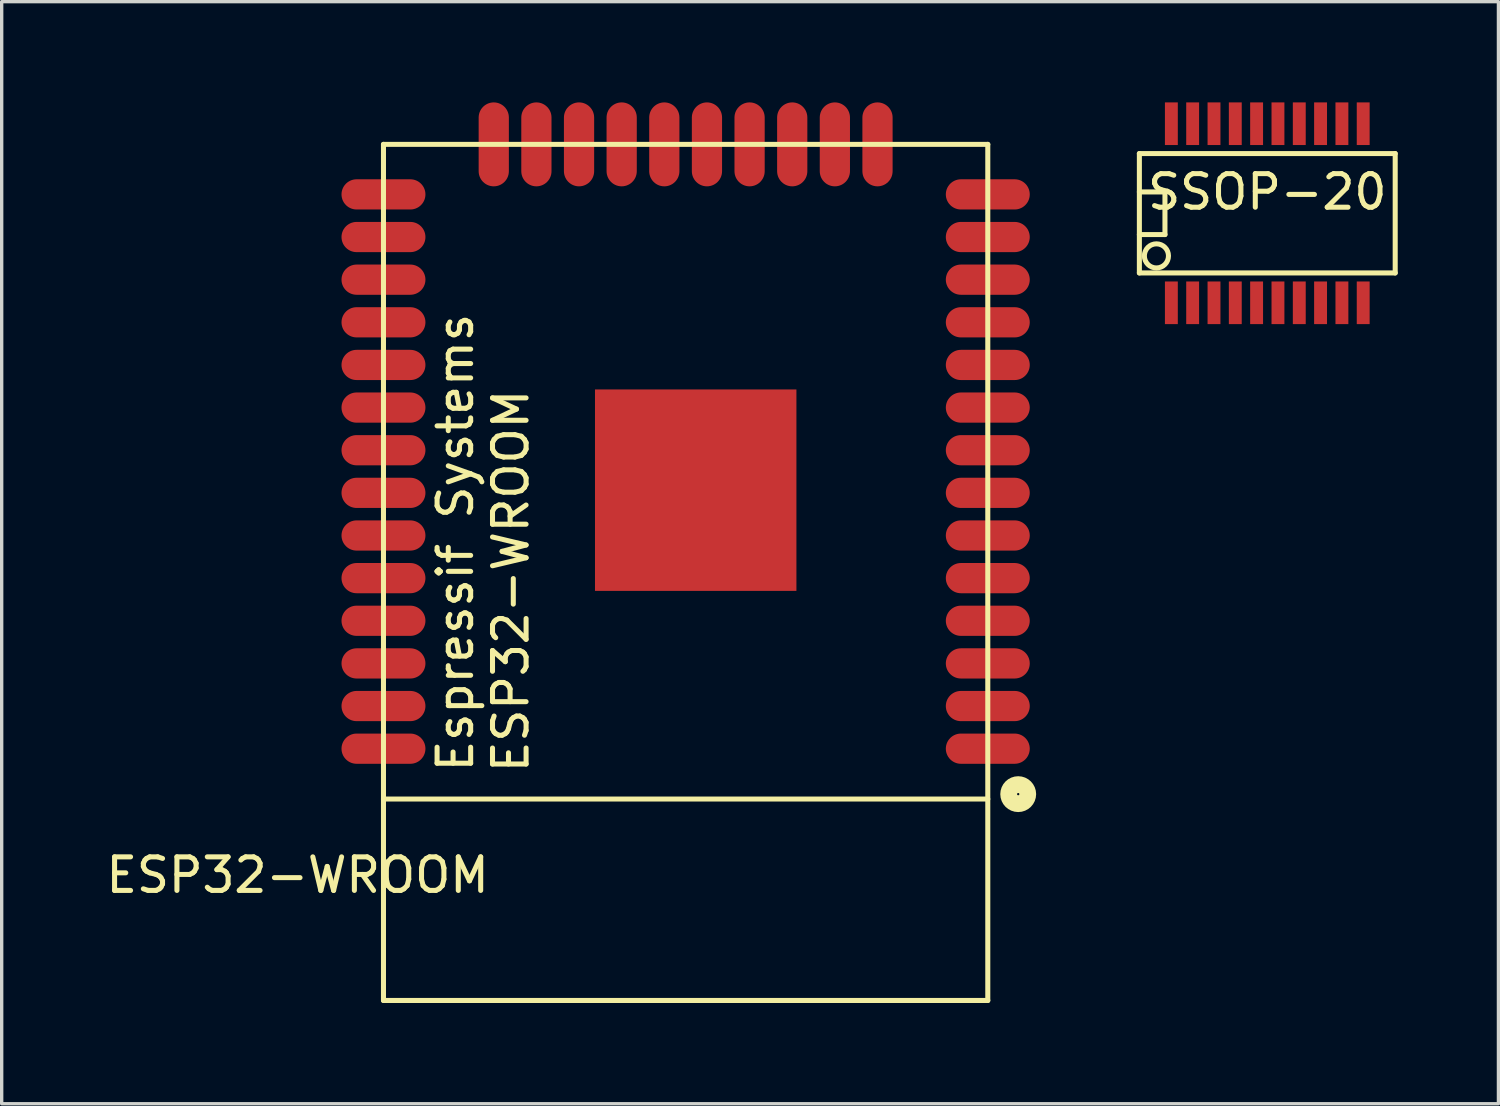
<source format=kicad_pcb>
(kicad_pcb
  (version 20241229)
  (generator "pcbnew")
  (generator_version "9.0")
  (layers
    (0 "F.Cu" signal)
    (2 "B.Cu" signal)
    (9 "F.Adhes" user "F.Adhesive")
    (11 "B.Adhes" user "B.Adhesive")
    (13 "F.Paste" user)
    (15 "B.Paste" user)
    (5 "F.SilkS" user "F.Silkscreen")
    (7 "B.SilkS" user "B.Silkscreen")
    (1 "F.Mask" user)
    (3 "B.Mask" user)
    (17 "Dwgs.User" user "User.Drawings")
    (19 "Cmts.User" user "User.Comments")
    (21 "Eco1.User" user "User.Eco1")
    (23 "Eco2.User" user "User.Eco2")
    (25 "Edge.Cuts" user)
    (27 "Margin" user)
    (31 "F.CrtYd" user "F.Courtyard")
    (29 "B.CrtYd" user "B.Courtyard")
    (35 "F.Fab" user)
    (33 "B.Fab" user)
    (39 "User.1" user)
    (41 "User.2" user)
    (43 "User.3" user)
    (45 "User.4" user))
  (footprint "SSOP-20"
    (layer "F.Cu")
    (at 34.697 3.302)
    (property "Reference" "SSOP-20" (at 0 -0.635 0) (layer "F.SilkS") (effects (font (size 1 1) (thickness 0.15))))
    (attr smd)
    (fp_line (start -3.81 -0.635) (end -3.048 -0.635) (stroke (width 0.15) (type solid)) (layer "F.SilkS"))
    (fp_line (start -3.81 1.778) (end -3.81 -1.778) (stroke (width 0.15) (type solid)) (layer "F.SilkS"))
    (fp_line (start -3.81 1.778) (end 3.81 1.778) (stroke (width 0.15) (type solid)) (layer "F.SilkS"))
    (fp_line (start -3.048 -0.635) (end -3.048 0.635) (stroke (width 0.15) (type solid)) (layer "F.SilkS"))
    (fp_line (start -3.048 0.635) (end -3.81 0.635) (stroke (width 0.15) (type solid)) (layer "F.SilkS"))
    (fp_line (start 3.81 -1.778) (end -3.81 -1.778) (stroke (width 0.15) (type solid)) (layer "F.SilkS"))
    (fp_line (start 3.81 -1.778) (end 3.81 1.778) (stroke (width 0.15) (type solid)) (layer "F.SilkS"))
    (fp_circle (center -3.302 1.27) (end -3.556 1.016) (stroke (width 0.15) (type solid)) (fill no) (layer "F.SilkS"))
    (pad "1" smd rect (at -2.857 2.667) (size 0.384 1.27) (layers "F.Cu" "F.Mask" "F.Paste"))
    (pad "2" smd rect (at -2.223 2.667) (size 0.384 1.27) (layers "F.Cu" "F.Mask" "F.Paste"))
    (pad "3" smd rect (at -1.587 2.667) (size 0.384 1.27) (layers "F.Cu" "F.Mask" "F.Paste"))
    (pad "4" smd rect (at -0.953 2.667) (size 0.384 1.27) (layers "F.Cu" "F.Mask" "F.Paste"))
    (pad "5" smd rect (at -0.318 2.667) (size 0.384 1.27) (layers "F.Cu" "F.Mask" "F.Paste"))
    (pad "6" smd rect (at 0.318 2.667) (size 0.384 1.27) (layers "F.Cu" "F.Mask" "F.Paste"))
    (pad "7" smd rect (at 0.953 2.667) (size 0.384 1.27) (layers "F.Cu" "F.Mask" "F.Paste"))
    (pad "8" smd rect (at 1.587 2.667) (size 0.384 1.27) (layers "F.Cu" "F.Mask" "F.Paste"))
    (pad "9" smd rect (at 2.223 2.667) (size 0.384 1.27) (layers "F.Cu" "F.Mask" "F.Paste"))
    (pad "10" smd rect (at 2.857 2.667) (size 0.384 1.27) (layers "F.Cu" "F.Mask" "F.Paste"))
    (pad "11" smd rect (at 2.857 -2.667) (size 0.384 1.27) (layers "F.Cu" "F.Mask" "F.Paste"))
    (pad "12" smd rect (at 2.223 -2.667) (size 0.384 1.27) (layers "F.Cu" "F.Mask" "F.Paste"))
    (pad "13" smd rect (at 1.587 -2.667) (size 0.384 1.27) (layers "F.Cu" "F.Mask" "F.Paste"))
    (pad "14" smd rect (at 0.953 -2.667) (size 0.384 1.27) (layers "F.Cu" "F.Mask" "F.Paste"))
    (pad "15" smd rect (at 0.318 -2.667) (size 0.384 1.27) (layers "F.Cu" "F.Mask" "F.Paste"))
    (pad "16" smd rect (at -0.318 -2.667) (size 0.384 1.27) (layers "F.Cu" "F.Mask" "F.Paste"))
    (pad "17" smd rect (at -0.953 -2.667) (size 0.384 1.27) (layers "F.Cu" "F.Mask" "F.Paste"))
    (pad "18" smd rect (at -1.587 -2.667) (size 0.384 1.27) (layers "F.Cu" "F.Mask" "F.Paste"))
    (pad "19" smd rect (at -2.223 -2.667) (size 0.384 1.27) (layers "F.Cu" "F.Mask" "F.Paste"))
    (pad "20" smd rect (at -2.857 -2.667) (size 0.384 1.27) (layers "F.Cu" "F.Mask" "F.Paste")))
  (footprint "ESP32-WROOM"
    (layer "F.Cu")
    (at 17.372 14)
    (property "Reference" "ESP32-WROOM" (at -11.557 9.017 0) (layer "F.SilkS") (effects (font (size 1 1) (thickness 0.15))))
    (attr through_hole)
    (fp_line (start -9 -12.75) (end 9 -12.75) (stroke (width 0.15) (type solid)) (layer "F.SilkS"))
    (fp_line (start -9 6.75) (end 9 6.75) (stroke (width 0.15) (type solid)) (layer "F.SilkS"))
    (fp_line (start -9 12.75) (end -9 -12.75) (stroke (width 0.15) (type solid)) (layer "F.SilkS"))
    (fp_line (start -9 12.75) (end 9 12.75) (stroke (width 0.15) (type solid)) (layer "F.SilkS"))
    (fp_line (start 9 12.75) (end 9 -12.75) (stroke (width 0.15) (type solid)) (layer "F.SilkS"))
    (fp_circle (center 9.906 6.604) (end 10.033 6.858) (stroke (width 0.5) (type solid)) (fill no) (layer "F.SilkS"))
    (fp_text user "ESP32-WROOM" (at -5.207 0.254 90) (layer "F.SilkS") (effects (font (size 1 1) (thickness 0.15))))
    (fp_text user "Espressif Systems" (at -6.858 -0.889 90) (layer "F.SilkS") (effects (font (size 1 1) (thickness 0.15))))
    (pad "1" smd oval (at 9 5.25) (size 2.5 0.9) (layers "F.Cu" "F.Mask" "F.Paste"))
    (pad "2" smd oval (at 9 3.98) (size 2.5 0.9) (layers "F.Cu" "F.Mask" "F.Paste"))
    (pad "3" smd oval (at 9 2.71) (size 2.5 0.9) (layers "F.Cu" "F.Mask" "F.Paste"))
    (pad "4" smd oval (at 9 1.44) (size 2.5 0.9) (layers "F.Cu" "F.Mask" "F.Paste"))
    (pad "5" smd oval (at 9 0.17) (size 2.5 0.9) (layers "F.Cu" "F.Mask" "F.Paste"))
    (pad "6" smd oval (at 9 -1.1) (size 2.5 0.9) (layers "F.Cu" "F.Mask" "F.Paste"))
    (pad "7" smd oval (at 9 -2.37) (size 2.5 0.9) (layers "F.Cu" "F.Mask" "F.Paste"))
    (pad "8" smd oval (at 9 -3.64) (size 2.5 0.9) (layers "F.Cu" "F.Mask" "F.Paste"))
    (pad "9" smd oval (at 9 -4.91) (size 2.5 0.9) (layers "F.Cu" "F.Mask" "F.Paste"))
    (pad "10" smd oval (at 9 -6.18) (size 2.5 0.9) (layers "F.Cu" "F.Mask" "F.Paste"))
    (pad "11" smd oval (at 9 -7.45) (size 2.5 0.9) (layers "F.Cu" "F.Mask" "F.Paste"))
    (pad "12" smd oval (at 9 -8.72) (size 2.5 0.9) (layers "F.Cu" "F.Mask" "F.Paste"))
    (pad "13" smd oval (at 9 -9.99) (size 2.5 0.9) (layers "F.Cu" "F.Mask" "F.Paste"))
    (pad "14" smd oval (at 9 -11.26) (size 2.5 0.9) (layers "F.Cu" "F.Mask" "F.Paste"))
    (pad "15" smd oval (at 5.715 -12.75) (size 0.9 2.5) (layers "F.Cu" "F.Mask" "F.Paste"))
    (pad "16" smd oval (at 4.445 -12.75) (size 0.9 2.5) (layers "F.Cu" "F.Mask" "F.Paste"))
    (pad "17" smd oval (at 3.175 -12.75) (size 0.9 2.5) (layers "F.Cu" "F.Mask" "F.Paste"))
    (pad "18" smd oval (at 1.905 -12.75) (size 0.9 2.5) (layers "F.Cu" "F.Mask" "F.Paste"))
    (pad "19" smd oval (at 0.635 -12.75) (size 0.9 2.5) (layers "F.Cu" "F.Mask" "F.Paste"))
    (pad "20" smd oval (at -0.635 -12.75) (size 0.9 2.5) (layers "F.Cu" "F.Mask" "F.Paste"))
    (pad "21" smd oval (at -1.905 -12.75) (size 0.9 2.5) (layers "F.Cu" "F.Mask" "F.Paste"))
    (pad "22" smd oval (at -3.175 -12.75) (size 0.9 2.5) (layers "F.Cu" "F.Mask" "F.Paste"))
    (pad "23" smd oval (at -4.445 -12.75) (size 0.9 2.5) (layers "F.Cu" "F.Mask" "F.Paste"))
    (pad "24" smd oval (at -5.715 -12.75) (size 0.9 2.5) (layers "F.Cu" "F.Mask" "F.Paste"))
    (pad "25" smd oval (at -9 -11.26) (size 2.5 0.9) (layers "F.Cu" "F.Mask" "F.Paste"))
    (pad "26" smd oval (at -9 -9.99) (size 2.5 0.9) (layers "F.Cu" "F.Mask" "F.Paste"))
    (pad "27" smd oval (at -9 -8.72) (size 2.5 0.9) (layers "F.Cu" "F.Mask" "F.Paste"))
    (pad "28" smd oval (at -9 -7.45) (size 2.5 0.9) (layers "F.Cu" "F.Mask" "F.Paste"))
    (pad "29" smd oval (at -9 -6.18) (size 2.5 0.9) (layers "F.Cu" "F.Mask" "F.Paste"))
    (pad "30" smd oval (at -9 -4.91) (size 2.5 0.9) (layers "F.Cu" "F.Mask" "F.Paste"))
    (pad "31" smd oval (at -9 -3.64) (size 2.5 0.9) (layers "F.Cu" "F.Mask" "F.Paste"))
    (pad "32" smd oval (at -9 -2.37) (size 2.5 0.9) (layers "F.Cu" "F.Mask" "F.Paste"))
    (pad "33" smd oval (at -9 -1.1) (size 2.5 0.9) (layers "F.Cu" "F.Mask" "F.Paste"))
    (pad "34" smd oval (at -9 0.17) (size 2.5 0.9) (layers "F.Cu" "F.Mask" "F.Paste"))
    (pad "35" smd oval (at -9 1.44) (size 2.5 0.9) (layers "F.Cu" "F.Mask" "F.Paste"))
    (pad "36" smd oval (at -9 2.71) (size 2.5 0.9) (layers "F.Cu" "F.Mask" "F.Paste"))
    (pad "37" smd oval (at -9 3.98) (size 2.5 0.9) (layers "F.Cu" "F.Mask" "F.Paste"))
    (pad "38" smd oval (at -9 5.25) (size 2.5 0.9) (layers "F.Cu" "F.Mask" "F.Paste"))
    (pad "39" smd rect (at 0.3 -2.45) (size 6 6) (layers "F.Cu" "F.Mask" "F.Paste")))
  (gr_rect
    (start -3 -3)
    (end 41.582 29.825)
    (stroke (width 0.1) (type default))
    (fill no)
    (layer "Edge.Cuts")))
</source>
